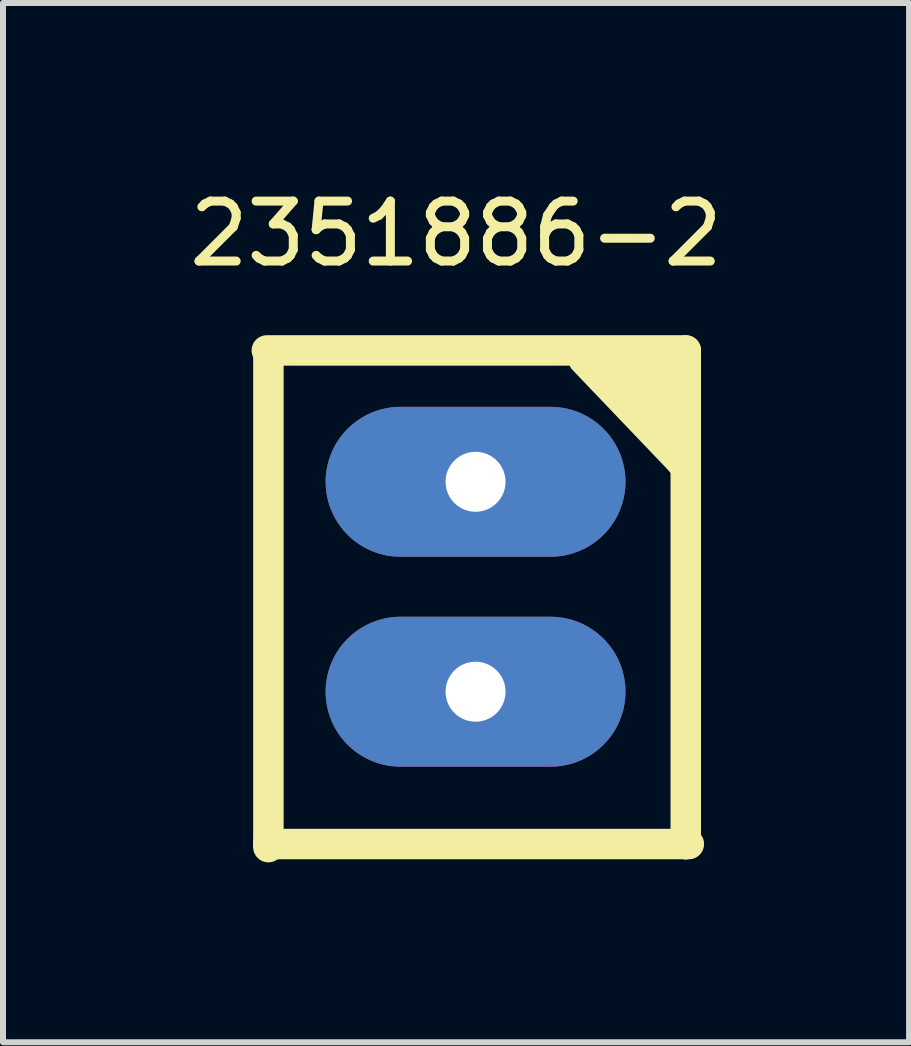
<source format=kicad_pcb>
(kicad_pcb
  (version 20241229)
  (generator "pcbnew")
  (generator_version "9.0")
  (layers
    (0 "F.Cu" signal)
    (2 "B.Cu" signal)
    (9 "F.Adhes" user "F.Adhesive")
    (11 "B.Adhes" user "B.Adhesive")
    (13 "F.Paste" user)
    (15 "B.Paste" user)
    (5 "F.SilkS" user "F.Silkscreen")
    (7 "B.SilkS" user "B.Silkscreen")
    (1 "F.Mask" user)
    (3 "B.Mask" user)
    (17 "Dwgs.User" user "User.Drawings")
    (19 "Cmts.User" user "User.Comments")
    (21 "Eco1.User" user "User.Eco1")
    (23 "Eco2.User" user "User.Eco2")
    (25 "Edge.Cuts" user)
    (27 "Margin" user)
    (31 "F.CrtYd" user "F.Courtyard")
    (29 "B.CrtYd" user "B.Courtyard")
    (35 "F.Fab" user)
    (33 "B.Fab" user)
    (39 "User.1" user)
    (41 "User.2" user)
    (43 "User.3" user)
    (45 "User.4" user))
  (footprint "2351886-2"
    (layer "F.Cu")
    (at 4.879 8.483)
    (property "Reference" "2351886-2" (at -0.325 -7.635 0) (layer "F.SilkS") (effects (font (size 1 1) (thickness 0.15))))
    (attr through_hole)
    (fp_line (start -3.48 -5.69) (end 3.505 -5.69) (stroke (width 0.508) (type solid)) (layer "F.SilkS"))
    (fp_line (start -3.454 -5.639) (end -3.378 -5.639) (stroke (width 0.508) (type solid)) (layer "F.SilkS"))
    (fp_line (start -3.454 2.54) (end -3.454 -5.639) (stroke (width 0.508) (type solid)) (layer "F.SilkS"))
    (fp_line (start -3.454 2.54) (end -3.454 2.591) (stroke (width 0.508) (type solid)) (layer "F.SilkS"))
    (fp_line (start 1.803 -5.537) (end 3.429 -3.835) (stroke (width 0.508) (type solid)) (layer "F.SilkS"))
    (fp_line (start 2.21 -5.461) (end 3.277 -4.47) (stroke (width 0.508) (type solid)) (layer "F.SilkS"))
    (fp_line (start 2.438 -5.512) (end 3.353 -4.623) (stroke (width 0.508) (type solid)) (layer "F.SilkS"))
    (fp_line (start 2.946 -5.156) (end 3.124 -4.978) (stroke (width 0.508) (type solid)) (layer "F.SilkS"))
    (fp_line (start 3.175 -5.359) (end 2.946 -5.156) (stroke (width 0.508) (type solid)) (layer "F.SilkS"))
    (fp_line (start 3.251 -5.436) (end 2.438 -5.512) (stroke (width 0.508) (type solid)) (layer "F.SilkS"))
    (fp_line (start 3.277 -4.47) (end 3.251 -5.436) (stroke (width 0.508) (type solid)) (layer "F.SilkS"))
    (fp_line (start 3.353 -4.623) (end 3.175 -5.359) (stroke (width 0.508) (type solid)) (layer "F.SilkS"))
    (fp_line (start 3.429 -3.835) (end 3.454 -5.436) (stroke (width 0.508) (type solid)) (layer "F.SilkS"))
    (fp_line (start 3.454 -5.436) (end 2.21 -5.461) (stroke (width 0.508) (type solid)) (layer "F.SilkS"))
    (fp_line (start 3.505 -5.69) (end 3.505 2.54) (stroke (width 0.508) (type solid)) (layer "F.SilkS"))
    (fp_line (start 3.505 2.54) (end -3.454 2.54) (stroke (width 0.508) (type solid)) (layer "F.SilkS"))
    (fp_line (start 3.505 2.54) (end 3.556 2.54) (stroke (width 0.508) (type solid)) (layer "F.SilkS"))
    (pad "P1" thru_hole oval (at 0 -3.5) (size 5 2.5) (drill 1) (layers "*.Cu" "*.Mask"))
    (pad "P2" thru_hole oval (at 0 0) (size 5 2.5) (drill 1) (layers "*.Cu" "*.Mask")))
  (gr_rect
    (start -3 -3)
    (end 12.107 14.328)
    (stroke (width 0.1) (type default))
    (fill no)
    (layer "Edge.Cuts")))
</source>
